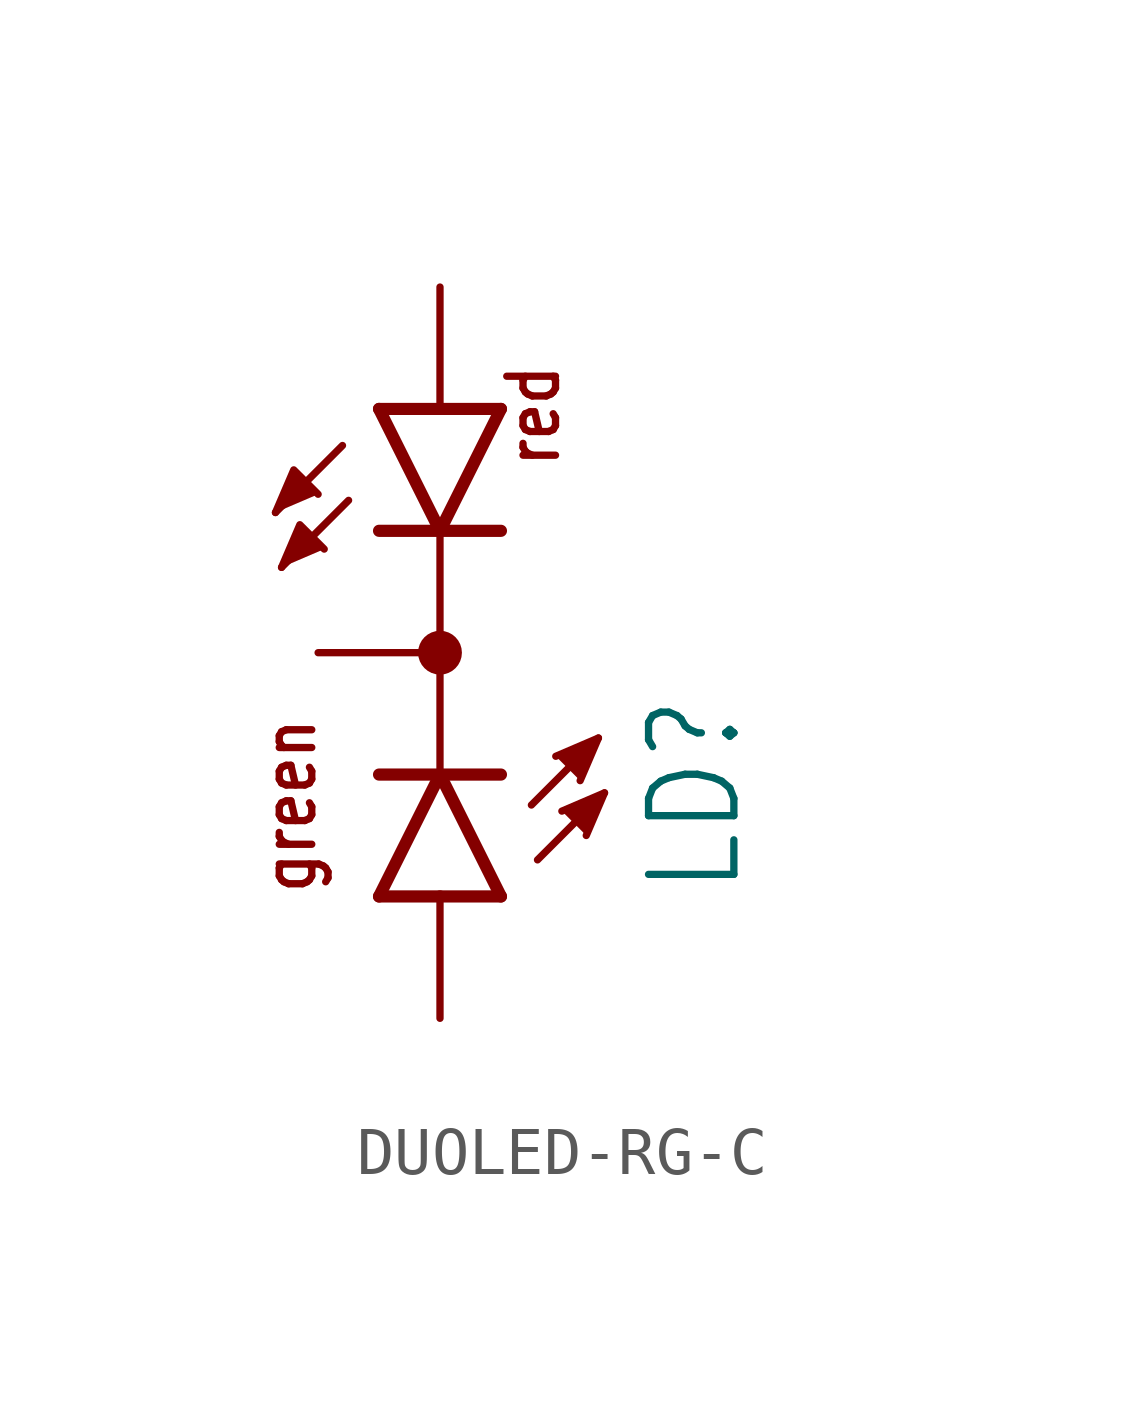
<source format=kicad_sym>
(kicad_symbol_lib
  (version 20231120)
  (generator "kicad_symbol_editor")
  (generator_version "8.0")
  (symbol "DUOLED-RG-C"
    (property "Reference" "LD"
      (at 6.35 -5.08 90)
      (effects (font (size 1.778 1.511)) (justify left bottom)))
    (property "Value" ""
      (at 8.89 -5.08 90)
      (effects (font (size 1.778 1.511)) (justify left bottom)))
    (property "ki_locked" ""
      (at 0 0 0)
      (effects (font (size 1.27 1.27))))
    (symbol "DUOLED-RG-C_1_0"
      (polyline (pts (xy -2.032 4.318) (xy -3.429 2.921)) (stroke (width 0.152) (type solid)) (fill (type none)))
      (polyline (pts (xy -1.905 3.175) (xy -3.302 1.778)) (stroke (width 0.152) (type solid)) (fill (type none)))
      (polyline (pts (xy -1.27 -5.08) (xy 0 -5.08)) (stroke (width 0.254) (type solid)) (fill (type none)))
      (polyline (pts (xy -1.27 -5.08) (xy 0 -2.54)) (stroke (width 0.254) (type solid)) (fill (type none)))
      (polyline (pts (xy -1.27 -2.54) (xy 0 -2.54)) (stroke (width 0.254) (type solid)) (fill (type none)))
      (polyline (pts (xy 0 -5.08) (xy 1.27 -5.08)) (stroke (width 0.254) (type solid)) (fill (type none)))
      (polyline (pts (xy 0 -2.54) (xy 1.27 -5.08)) (stroke (width 0.254) (type solid)) (fill (type none)))
      (polyline (pts (xy 0 -2.54) (xy 1.27 -2.54)) (stroke (width 0.254) (type solid)) (fill (type none)))
      (polyline (pts (xy 0 2.54) (xy -1.27 2.54)) (stroke (width 0.254) (type solid)) (fill (type none)))
      (polyline (pts (xy 0 2.54) (xy -1.27 5.08)) (stroke (width 0.254) (type solid)) (fill (type none)))
      (polyline (pts (xy 0 2.54) (xy 0 -2.54)) (stroke (width 0.152) (type solid)) (fill (type none)))
      (polyline (pts (xy 0 5.08) (xy -1.27 5.08)) (stroke (width 0.254) (type solid)) (fill (type none)))
      (polyline (pts (xy 1.27 2.54) (xy 0 2.54)) (stroke (width 0.254) (type solid)) (fill (type none)))
      (polyline (pts (xy 1.27 5.08) (xy 0 2.54)) (stroke (width 0.254) (type solid)) (fill (type none)))
      (polyline (pts (xy 1.27 5.08) (xy 0 5.08)) (stroke (width 0.254) (type solid)) (fill (type none)))
      (polyline (pts (xy 1.905 -3.175) (xy 3.302 -1.778)) (stroke (width 0.152) (type solid)) (fill (type none)))
      (polyline (pts (xy 2.032 -4.318) (xy 3.429 -2.921)) (stroke (width 0.152) (type solid)) (fill (type none)))
      (polyline (pts (xy -3.429 2.921) (xy -3.048 3.81) (xy -2.54 3.302)) (stroke (width 0.152) (type solid)) (fill (type outline)))
      (polyline (pts (xy -3.302 1.778) (xy -2.921 2.667) (xy -2.413 2.159)) (stroke (width 0.152) (type solid)) (fill (type outline)))
      (polyline (pts (xy 2.413 -2.159) (xy 3.302 -1.778) (xy 2.921 -2.667)) (stroke (width 0.152) (type solid)) (fill (type outline)))
      (polyline (pts (xy 2.54 -3.302) (xy 3.429 -2.921) (xy 3.048 -3.81)) (stroke (width 0.152) (type solid)) (fill (type outline)))
      (circle (center 0 0) (radius 0.254) (stroke (width 0.406) (type solid)) (fill (type none)))
      (text "green" (at -2.54 -5.08 900) (effects (font (size 1.016 0.864)) (justify left bottom)))
      (text "red" (at 2.54 3.81 900) (effects (font (size 1.016 0.864)) (justify left bottom)))
      (pin passive line (at 0 7.62 270) (length 2.54) (name "AR" (effects (font (size 0 0)))) (number "AR" (effects (font (size 0 0)))))
      (pin passive line (at 0 -7.62 90) (length 2.54) (name "AG" (effects (font (size 0 0)))) (number "AX" (effects (font (size 0 0)))))
      (pin passive line (at -2.54 0 0) (length 2.54) (name "C" (effects (font (size 0 0)))) (number "C" (effects (font (size 0 0))))))))
</source>
